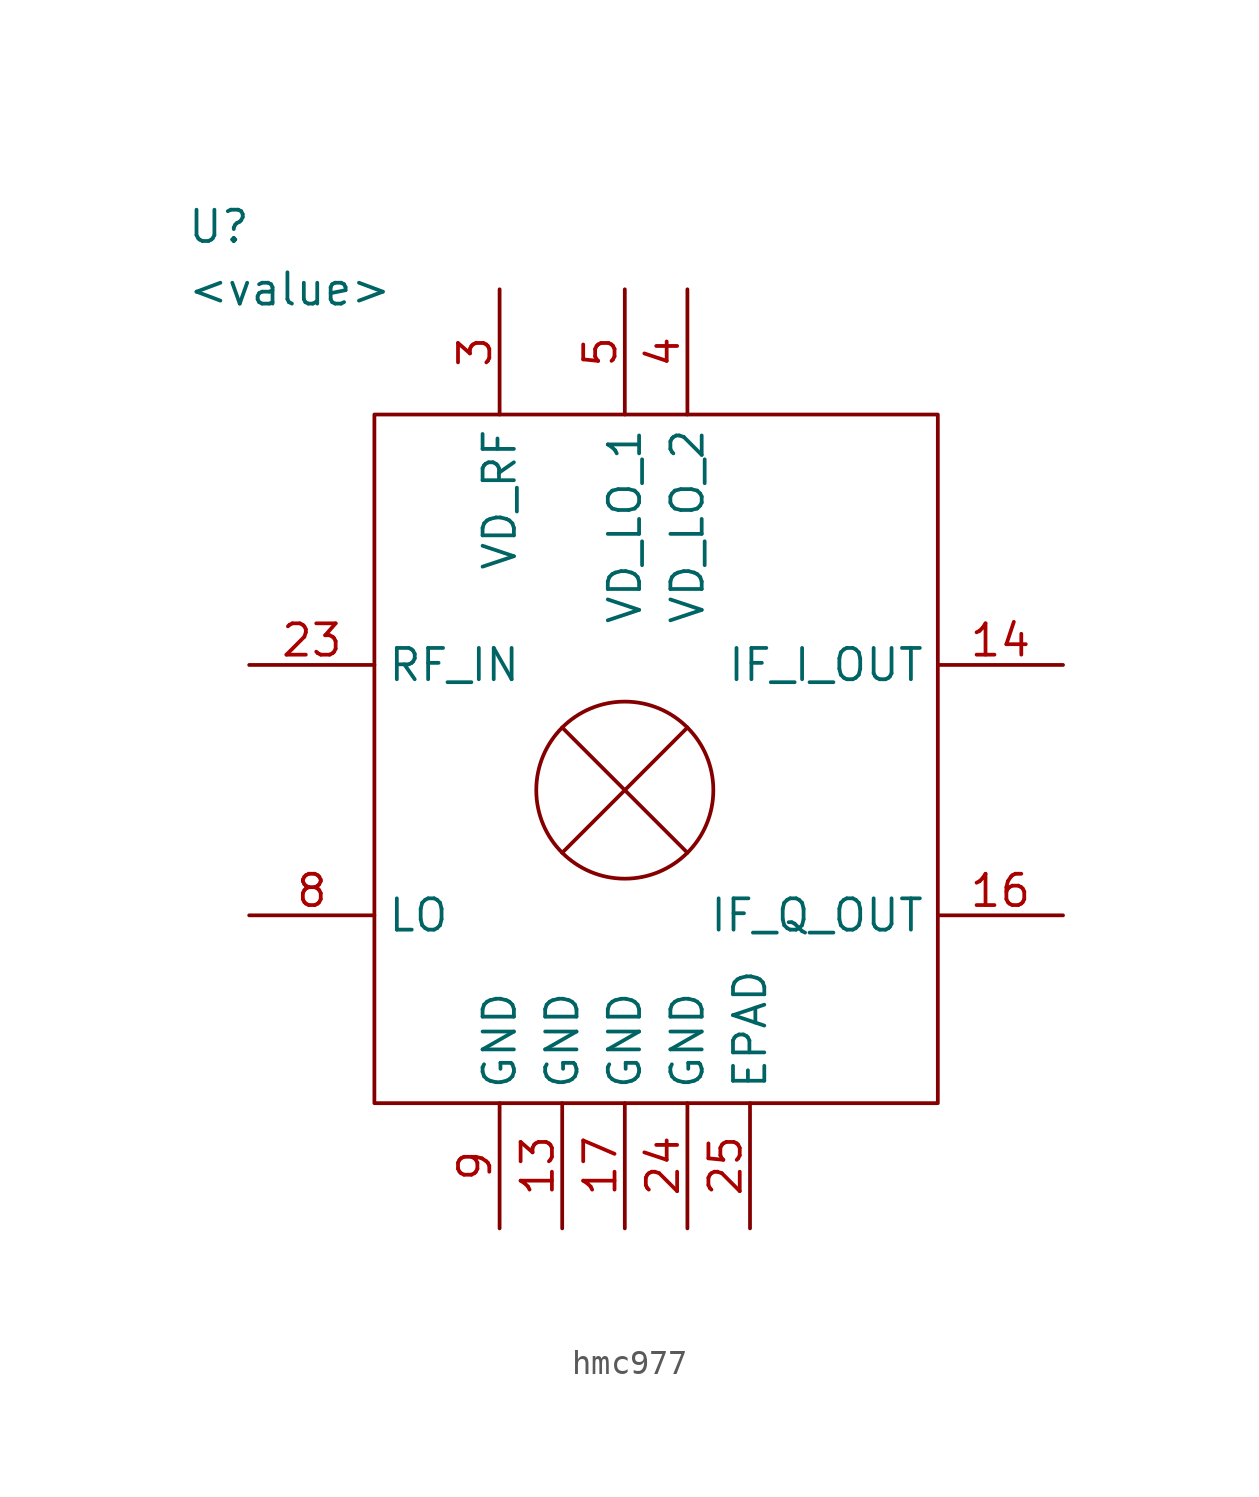
<source format=kicad_sym>
(kicad_symbol_lib
  (version 20231120)
  (generator "kicad_symbol_editor")
  (generator_version "8.0")
  (symbol "hmc977"
    (property "Reference" "U"
      (at -2.54 7.62 0)
      (effects (font (size 1.27 1.27)) (justify left)))
    (property "Value" "<value>"
      (at -2.54 5.08 0)
      (effects (font (size 1.27 1.27)) (justify left)))
    (symbol "hmc977_0_1"
      (polyline (pts (xy 12.7 -17.78) (xy 17.78 -12.7)) (stroke (width 0) (type default)) (fill (type none)))
      (polyline (pts (xy 12.7 -12.7) (xy 17.78 -17.78)) (stroke (width 0) (type default)) (fill (type none)))
      (rectangle (start 5.08 0) (end 27.94 -27.94) (stroke (width 0) (type default)) (fill (type none)))
      (circle (center 15.24 -15.24) (radius 3.592) (stroke (width 0) (type default)) (fill (type none))))
    (symbol "hmc977_1_1"
      (pin power_in line (at 12.7 -33.02 90) (length 5.08) (name "GND" (effects (font (size 1.27 1.27)))) (number "13" (effects (font (size 1.27 1.27)))))
      (pin output line (at 33.02 -10.16 180) (length 5.08) (name "IF_I_OUT" (effects (font (size 1.27 1.27)))) (number "14" (effects (font (size 1.27 1.27)))))
      (pin output line (at 33.02 -20.32 180) (length 5.08) (name "IF_Q_OUT" (effects (font (size 1.27 1.27)))) (number "16" (effects (font (size 1.27 1.27)))))
      (pin power_in line (at 15.24 -33.02 90) (length 5.08) (name "GND" (effects (font (size 1.27 1.27)))) (number "17" (effects (font (size 1.27 1.27)))))
      (pin input line (at 0 -10.16 0) (length 5.08) (name "RF_IN" (effects (font (size 1.27 1.27)))) (number "23" (effects (font (size 1.27 1.27)))))
      (pin power_in line (at 17.78 -33.02 90) (length 5.08) (name "GND" (effects (font (size 1.27 1.27)))) (number "24" (effects (font (size 1.27 1.27)))))
      (pin power_in line (at 20.32 -33.02 90) (length 5.08) (name "EPAD" (effects (font (size 1.27 1.27)))) (number "25" (effects (font (size 1.27 1.27)))))
      (pin power_in line (at 10.16 5.08 270) (length 5.08) (name "VD_RF" (effects (font (size 1.27 1.27)))) (number "3" (effects (font (size 1.27 1.27)))))
      (pin power_in line (at 17.78 5.08 270) (length 5.08) (name "VD_LO_2" (effects (font (size 1.27 1.27)))) (number "4" (effects (font (size 1.27 1.27)))))
      (pin power_in line (at 15.24 5.08 270) (length 5.08) (name "VD_LO_1" (effects (font (size 1.27 1.27)))) (number "5" (effects (font (size 1.27 1.27)))))
      (pin input line (at 0 -20.32 0) (length 5.08) (name "LO" (effects (font (size 1.27 1.27)))) (number "8" (effects (font (size 1.27 1.27)))))
      (pin power_in line (at 10.16 -33.02 90) (length 5.08) (name "GND" (effects (font (size 1.27 1.27)))) (number "9" (effects (font (size 1.27 1.27))))))))
</source>
